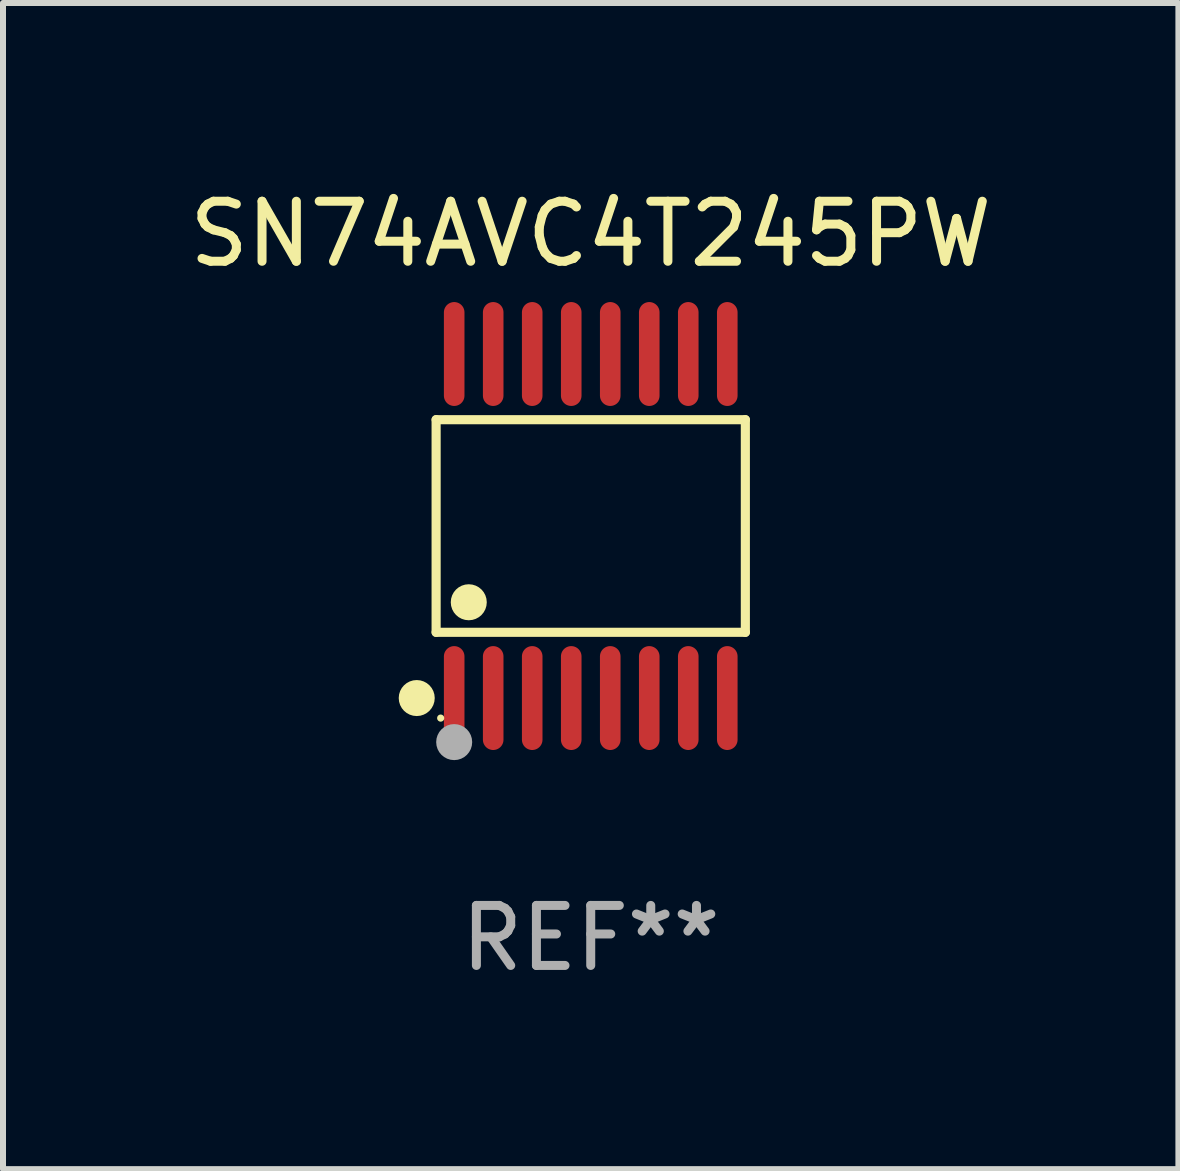
<source format=kicad_pcb>
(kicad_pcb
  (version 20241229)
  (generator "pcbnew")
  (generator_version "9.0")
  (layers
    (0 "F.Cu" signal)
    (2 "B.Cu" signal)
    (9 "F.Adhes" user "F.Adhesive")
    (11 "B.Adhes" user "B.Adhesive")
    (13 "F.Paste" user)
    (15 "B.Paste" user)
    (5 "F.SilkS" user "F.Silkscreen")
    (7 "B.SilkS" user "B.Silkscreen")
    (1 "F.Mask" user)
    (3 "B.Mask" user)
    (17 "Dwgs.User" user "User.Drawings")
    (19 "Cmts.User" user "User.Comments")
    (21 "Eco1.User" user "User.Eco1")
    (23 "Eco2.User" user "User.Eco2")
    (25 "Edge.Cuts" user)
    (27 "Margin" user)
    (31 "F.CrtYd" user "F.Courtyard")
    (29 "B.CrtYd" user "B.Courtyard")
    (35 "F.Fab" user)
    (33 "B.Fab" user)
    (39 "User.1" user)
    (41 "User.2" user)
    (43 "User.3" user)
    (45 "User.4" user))
  (footprint "SN74AVC4T245PW"
    (layer "F.Cu")
    (at 6.792 5.714)
    (property "Reference" "SN74AVC4T245PW" (at 0 -4.866 0) (layer "F.SilkS") (effects (font (size 1 1) (thickness 0.15))))
    (attr through_hole)
    (fp_line (start -2.576 -1.772) (end 2.576 -1.772) (stroke (width 0.152) (type solid)) (layer "F.SilkS"))
    (fp_line (start -2.576 1.771) (end -2.576 -1.772) (stroke (width 0.152) (type solid)) (layer "F.SilkS"))
    (fp_line (start 2.576 -1.772) (end 2.576 1.771) (stroke (width 0.152) (type solid)) (layer "F.SilkS"))
    (fp_line (start 2.576 1.771) (end -2.576 1.771) (stroke (width 0.152) (type solid)) (layer "F.SilkS"))
    (fp_circle (center -2.899 2.866) (end -2.749 2.866) (stroke (width 0.3) (type solid)) (fill no) (layer "F.SilkS"))
    (fp_circle (center -2.5 3.2) (end -2.47 3.2) (stroke (width 0.06) (type solid)) (fill no) (layer "F.SilkS"))
    (fp_circle (center -2.032 1.27) (end -1.882 1.27) (stroke (width 0.3) (type solid)) (fill no) (layer "F.SilkS"))
    (fp_circle (center -2.275 3.6) (end -2.125 3.6) (stroke (width 0.3) (type solid)) (fill no) (layer "F.Fab"))
    (fp_text user "REF**" (at 0 6.866 0) (layer "F.Fab") (effects (font (size 1 1) (thickness 0.15))))
    (pad "1" smd oval (at -2.275 2.866) (size 0.343 1.731) (layers "F.Cu" "F.Mask" "F.Paste"))
    (pad "2" smd oval (at -1.625 2.866) (size 0.343 1.731) (layers "F.Cu" "F.Mask" "F.Paste"))
    (pad "3" smd oval (at -0.975 2.866) (size 0.343 1.731) (layers "F.Cu" "F.Mask" "F.Paste"))
    (pad "4" smd oval (at -0.325 2.866) (size 0.343 1.731) (layers "F.Cu" "F.Mask" "F.Paste"))
    (pad "5" smd oval (at 0.325 2.866) (size 0.343 1.731) (layers "F.Cu" "F.Mask" "F.Paste"))
    (pad "6" smd oval (at 0.975 2.866) (size 0.343 1.731) (layers "F.Cu" "F.Mask" "F.Paste"))
    (pad "7" smd oval (at 1.625 2.866) (size 0.343 1.731) (layers "F.Cu" "F.Mask" "F.Paste"))
    (pad "8" smd oval (at 2.275 2.866) (size 0.343 1.731) (layers "F.Cu" "F.Mask" "F.Paste"))
    (pad "9" smd oval (at 2.275 -2.866) (size 0.343 1.731) (layers "F.Cu" "F.Mask" "F.Paste"))
    (pad "10" smd oval (at 1.625 -2.866) (size 0.343 1.731) (layers "F.Cu" "F.Mask" "F.Paste"))
    (pad "11" smd oval (at 0.975 -2.866) (size 0.343 1.731) (layers "F.Cu" "F.Mask" "F.Paste"))
    (pad "12" smd oval (at 0.325 -2.866) (size 0.343 1.731) (layers "F.Cu" "F.Mask" "F.Paste"))
    (pad "13" smd oval (at -0.325 -2.866) (size 0.343 1.731) (layers "F.Cu" "F.Mask" "F.Paste"))
    (pad "14" smd oval (at -0.975 -2.866) (size 0.343 1.731) (layers "F.Cu" "F.Mask" "F.Paste"))
    (pad "15" smd oval (at -1.625 -2.866) (size 0.343 1.731) (layers "F.Cu" "F.Mask" "F.Paste"))
    (pad "16" smd oval (at -2.275 -2.866) (size 0.343 1.731) (layers "F.Cu" "F.Mask" "F.Paste")))
  (gr_rect
    (start -3 -3)
    (end 16.583 16.428)
    (stroke (width 0.1) (type default))
    (fill no)
    (layer "Edge.Cuts")))
</source>
